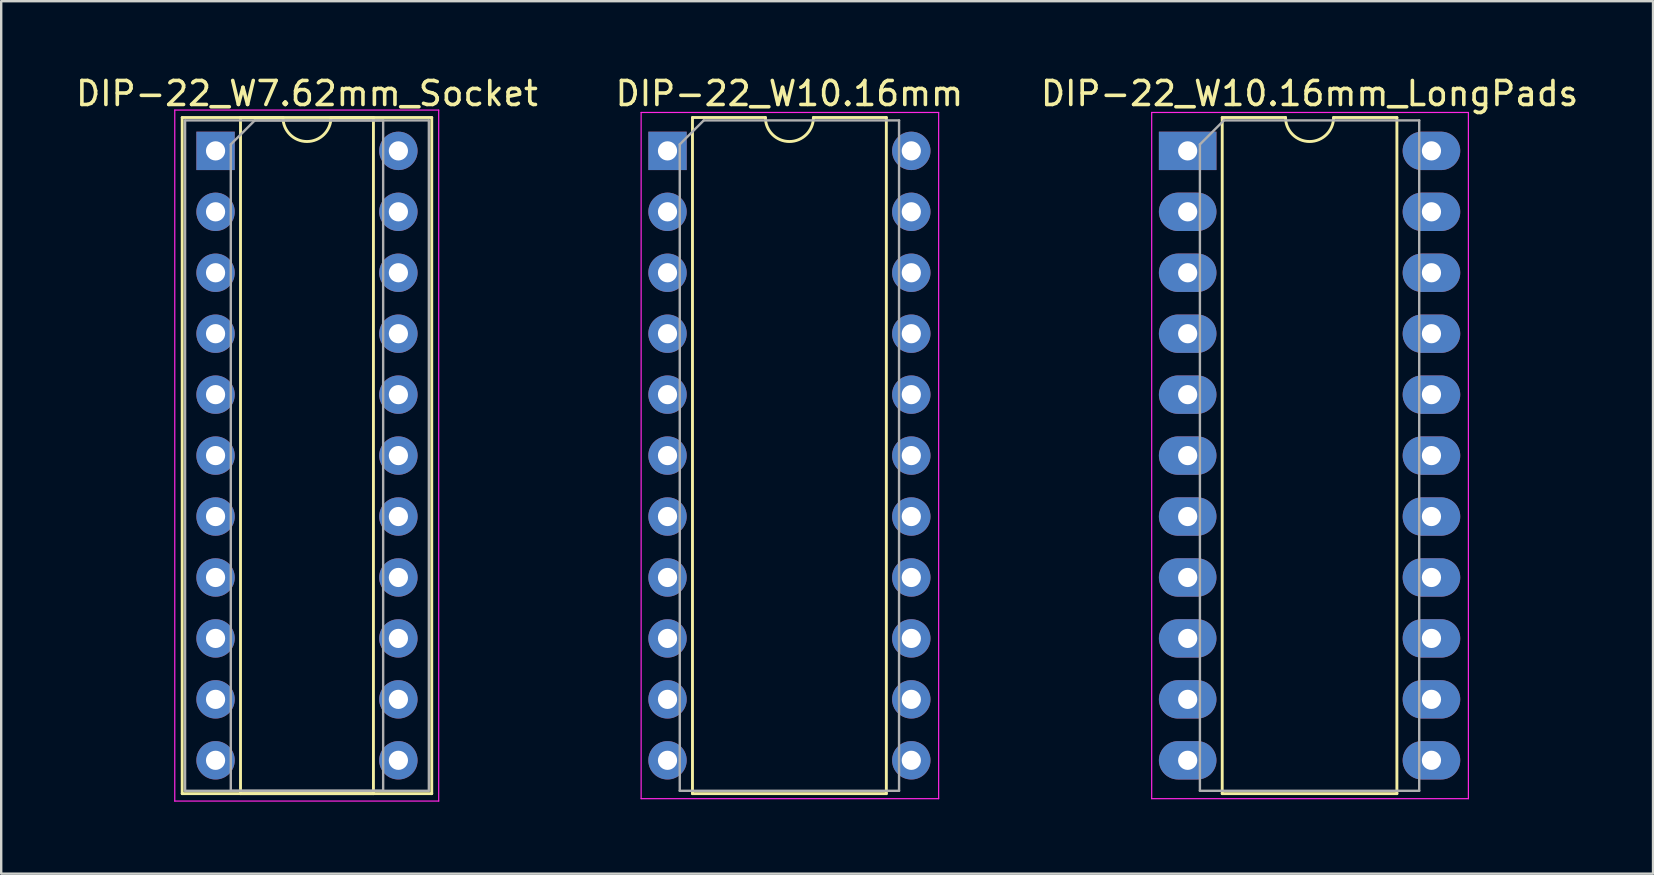
<source format=kicad_pcb>
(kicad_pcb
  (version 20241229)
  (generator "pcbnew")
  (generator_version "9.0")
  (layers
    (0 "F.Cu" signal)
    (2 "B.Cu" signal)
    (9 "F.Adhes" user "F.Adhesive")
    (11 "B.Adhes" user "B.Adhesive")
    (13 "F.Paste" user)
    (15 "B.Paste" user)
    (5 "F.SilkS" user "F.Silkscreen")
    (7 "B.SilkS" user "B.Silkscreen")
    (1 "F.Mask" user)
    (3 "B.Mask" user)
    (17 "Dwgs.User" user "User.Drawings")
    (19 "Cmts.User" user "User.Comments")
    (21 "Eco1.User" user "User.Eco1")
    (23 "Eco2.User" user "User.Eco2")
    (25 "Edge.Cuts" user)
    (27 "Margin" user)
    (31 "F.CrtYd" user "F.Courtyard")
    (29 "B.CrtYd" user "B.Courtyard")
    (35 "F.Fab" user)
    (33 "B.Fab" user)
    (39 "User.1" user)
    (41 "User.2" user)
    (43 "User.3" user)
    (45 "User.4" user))
  (footprint "DIP-22_W7.62mm_Socket"
    (layer "F.Cu")
    (at 5.934 3.238)
    (property "Reference" "DIP-22_W7.62mm_Socket" (at 3.81 -2.39 0) (layer "F.SilkS") (effects (font (size 1 1) (thickness 0.15))))
    (attr through_hole)
    (fp_line (start -1.39 -1.39) (end -1.39 26.79) (stroke (width 0.12) (type solid)) (layer "F.SilkS"))
    (fp_line (start -1.39 26.79) (end 9.01 26.79) (stroke (width 0.12) (type solid)) (layer "F.SilkS"))
    (fp_line (start 1.04 -1.39) (end 1.04 26.79) (stroke (width 0.12) (type solid)) (layer "F.SilkS"))
    (fp_line (start 1.04 26.79) (end 6.58 26.79) (stroke (width 0.12) (type solid)) (layer "F.SilkS"))
    (fp_line (start 2.81 -1.39) (end 1.04 -1.39) (stroke (width 0.12) (type solid)) (layer "F.SilkS"))
    (fp_line (start 6.58 -1.39) (end 4.81 -1.39) (stroke (width 0.12) (type solid)) (layer "F.SilkS"))
    (fp_line (start 6.58 26.79) (end 6.58 -1.39) (stroke (width 0.12) (type solid)) (layer "F.SilkS"))
    (fp_line (start 9.01 -1.39) (end -1.39 -1.39) (stroke (width 0.12) (type solid)) (layer "F.SilkS"))
    (fp_line (start 9.01 26.79) (end 9.01 -1.39) (stroke (width 0.12) (type solid)) (layer "F.SilkS"))
    (fp_arc (start 4.81 -1.39) (mid 3.81 -0.39) (end 2.81 -1.39) (stroke (width 0.12) (type solid)) (layer "F.SilkS"))
    (fp_line (start -1.7 -1.7) (end -1.7 27.1) (stroke (width 0.05) (type solid)) (layer "F.CrtYd"))
    (fp_line (start -1.7 27.1) (end 9.3 27.1) (stroke (width 0.05) (type solid)) (layer "F.CrtYd"))
    (fp_line (start 9.3 -1.7) (end -1.7 -1.7) (stroke (width 0.05) (type solid)) (layer "F.CrtYd"))
    (fp_line (start 9.3 27.1) (end 9.3 -1.7) (stroke (width 0.05) (type solid)) (layer "F.CrtYd"))
    (fp_line (start -1.27 -1.27) (end -1.27 26.67) (stroke (width 0.1) (type solid)) (layer "F.Fab"))
    (fp_line (start -1.27 26.67) (end 8.89 26.67) (stroke (width 0.1) (type solid)) (layer "F.Fab"))
    (fp_line (start 0.635 -0.27) (end 1.635 -1.27) (stroke (width 0.1) (type solid)) (layer "F.Fab"))
    (fp_line (start 0.635 26.67) (end 0.635 -0.27) (stroke (width 0.1) (type solid)) (layer "F.Fab"))
    (fp_line (start 1.635 -1.27) (end 6.985 -1.27) (stroke (width 0.1) (type solid)) (layer "F.Fab"))
    (fp_line (start 6.985 -1.27) (end 6.985 26.67) (stroke (width 0.1) (type solid)) (layer "F.Fab"))
    (fp_line (start 6.985 26.67) (end 0.635 26.67) (stroke (width 0.1) (type solid)) (layer "F.Fab"))
    (fp_line (start 8.89 -1.27) (end -1.27 -1.27) (stroke (width 0.1) (type solid)) (layer "F.Fab"))
    (fp_line (start 8.89 26.67) (end 8.89 -1.27) (stroke (width 0.1) (type solid)) (layer "F.Fab"))
    (pad "1" thru_hole rect (at 0 0) (size 1.6 1.6) (drill 0.8) (layers "*.Cu" "*.Mask"))
    (pad "2" thru_hole oval (at 0 2.54) (size 1.6 1.6) (drill 0.8) (layers "*.Cu" "*.Mask"))
    (pad "3" thru_hole oval (at 0 5.08) (size 1.6 1.6) (drill 0.8) (layers "*.Cu" "*.Mask"))
    (pad "4" thru_hole oval (at 0 7.62) (size 1.6 1.6) (drill 0.8) (layers "*.Cu" "*.Mask"))
    (pad "5" thru_hole oval (at 0 10.16) (size 1.6 1.6) (drill 0.8) (layers "*.Cu" "*.Mask"))
    (pad "6" thru_hole oval (at 0 12.7) (size 1.6 1.6) (drill 0.8) (layers "*.Cu" "*.Mask"))
    (pad "7" thru_hole oval (at 0 15.24) (size 1.6 1.6) (drill 0.8) (layers "*.Cu" "*.Mask"))
    (pad "8" thru_hole oval (at 0 17.78) (size 1.6 1.6) (drill 0.8) (layers "*.Cu" "*.Mask"))
    (pad "9" thru_hole oval (at 0 20.32) (size 1.6 1.6) (drill 0.8) (layers "*.Cu" "*.Mask"))
    (pad "10" thru_hole oval (at 0 22.86) (size 1.6 1.6) (drill 0.8) (layers "*.Cu" "*.Mask"))
    (pad "11" thru_hole oval (at 0 25.4) (size 1.6 1.6) (drill 0.8) (layers "*.Cu" "*.Mask"))
    (pad "12" thru_hole oval (at 7.62 25.4) (size 1.6 1.6) (drill 0.8) (layers "*.Cu" "*.Mask"))
    (pad "13" thru_hole oval (at 7.62 22.86) (size 1.6 1.6) (drill 0.8) (layers "*.Cu" "*.Mask"))
    (pad "14" thru_hole oval (at 7.62 20.32) (size 1.6 1.6) (drill 0.8) (layers "*.Cu" "*.Mask"))
    (pad "15" thru_hole oval (at 7.62 17.78) (size 1.6 1.6) (drill 0.8) (layers "*.Cu" "*.Mask"))
    (pad "16" thru_hole oval (at 7.62 15.24) (size 1.6 1.6) (drill 0.8) (layers "*.Cu" "*.Mask"))
    (pad "17" thru_hole oval (at 7.62 12.7) (size 1.6 1.6) (drill 0.8) (layers "*.Cu" "*.Mask"))
    (pad "18" thru_hole oval (at 7.62 10.16) (size 1.6 1.6) (drill 0.8) (layers "*.Cu" "*.Mask"))
    (pad "19" thru_hole oval (at 7.62 7.62) (size 1.6 1.6) (drill 0.8) (layers "*.Cu" "*.Mask"))
    (pad "20" thru_hole oval (at 7.62 5.08) (size 1.6 1.6) (drill 0.8) (layers "*.Cu" "*.Mask"))
    (pad "21" thru_hole oval (at 7.62 2.54) (size 1.6 1.6) (drill 0.8) (layers "*.Cu" "*.Mask"))
    (pad "22" thru_hole oval (at 7.62 0) (size 1.6 1.6) (drill 0.8) (layers "*.Cu" "*.Mask")))
  (footprint "DIP-22_W10.16mm"
    (layer "F.Cu")
    (at 24.771 3.238)
    (property "Reference" "DIP-22_W10.16mm" (at 5.08 -2.39 0) (layer "F.SilkS") (effects (font (size 1 1) (thickness 0.15))))
    (attr through_hole)
    (fp_line (start 1.04 -1.39) (end 1.04 26.79) (stroke (width 0.12) (type solid)) (layer "F.SilkS"))
    (fp_line (start 1.04 26.79) (end 9.12 26.79) (stroke (width 0.12) (type solid)) (layer "F.SilkS"))
    (fp_line (start 4.08 -1.39) (end 1.04 -1.39) (stroke (width 0.12) (type solid)) (layer "F.SilkS"))
    (fp_line (start 9.12 -1.39) (end 6.08 -1.39) (stroke (width 0.12) (type solid)) (layer "F.SilkS"))
    (fp_line (start 9.12 26.79) (end 9.12 -1.39) (stroke (width 0.12) (type solid)) (layer "F.SilkS"))
    (fp_arc (start 6.08 -1.39) (mid 5.08 -0.39) (end 4.08 -1.39) (stroke (width 0.12) (type solid)) (layer "F.SilkS"))
    (fp_line (start -1.1 -1.6) (end -1.1 27) (stroke (width 0.05) (type solid)) (layer "F.CrtYd"))
    (fp_line (start -1.1 27) (end 11.3 27) (stroke (width 0.05) (type solid)) (layer "F.CrtYd"))
    (fp_line (start 11.3 -1.6) (end -1.1 -1.6) (stroke (width 0.05) (type solid)) (layer "F.CrtYd"))
    (fp_line (start 11.3 27) (end 11.3 -1.6) (stroke (width 0.05) (type solid)) (layer "F.CrtYd"))
    (fp_line (start 0.51 -0.27) (end 1.51 -1.27) (stroke (width 0.1) (type solid)) (layer "F.Fab"))
    (fp_line (start 0.51 26.67) (end 0.51 -0.27) (stroke (width 0.1) (type solid)) (layer "F.Fab"))
    (fp_line (start 1.51 -1.27) (end 9.65 -1.27) (stroke (width 0.1) (type solid)) (layer "F.Fab"))
    (fp_line (start 9.65 -1.27) (end 9.65 26.67) (stroke (width 0.1) (type solid)) (layer "F.Fab"))
    (fp_line (start 9.65 26.67) (end 0.51 26.67) (stroke (width 0.1) (type solid)) (layer "F.Fab"))
    (pad "1" thru_hole rect (at 0 0) (size 1.6 1.6) (drill 0.8) (layers "*.Cu" "*.Mask"))
    (pad "2" thru_hole oval (at 0 2.54) (size 1.6 1.6) (drill 0.8) (layers "*.Cu" "*.Mask"))
    (pad "3" thru_hole oval (at 0 5.08) (size 1.6 1.6) (drill 0.8) (layers "*.Cu" "*.Mask"))
    (pad "4" thru_hole oval (at 0 7.62) (size 1.6 1.6) (drill 0.8) (layers "*.Cu" "*.Mask"))
    (pad "5" thru_hole oval (at 0 10.16) (size 1.6 1.6) (drill 0.8) (layers "*.Cu" "*.Mask"))
    (pad "6" thru_hole oval (at 0 12.7) (size 1.6 1.6) (drill 0.8) (layers "*.Cu" "*.Mask"))
    (pad "7" thru_hole oval (at 0 15.24) (size 1.6 1.6) (drill 0.8) (layers "*.Cu" "*.Mask"))
    (pad "8" thru_hole oval (at 0 17.78) (size 1.6 1.6) (drill 0.8) (layers "*.Cu" "*.Mask"))
    (pad "9" thru_hole oval (at 0 20.32) (size 1.6 1.6) (drill 0.8) (layers "*.Cu" "*.Mask"))
    (pad "10" thru_hole oval (at 0 22.86) (size 1.6 1.6) (drill 0.8) (layers "*.Cu" "*.Mask"))
    (pad "11" thru_hole oval (at 0 25.4) (size 1.6 1.6) (drill 0.8) (layers "*.Cu" "*.Mask"))
    (pad "12" thru_hole oval (at 10.16 25.4) (size 1.6 1.6) (drill 0.8) (layers "*.Cu" "*.Mask"))
    (pad "13" thru_hole oval (at 10.16 22.86) (size 1.6 1.6) (drill 0.8) (layers "*.Cu" "*.Mask"))
    (pad "14" thru_hole oval (at 10.16 20.32) (size 1.6 1.6) (drill 0.8) (layers "*.Cu" "*.Mask"))
    (pad "15" thru_hole oval (at 10.16 17.78) (size 1.6 1.6) (drill 0.8) (layers "*.Cu" "*.Mask"))
    (pad "16" thru_hole oval (at 10.16 15.24) (size 1.6 1.6) (drill 0.8) (layers "*.Cu" "*.Mask"))
    (pad "17" thru_hole oval (at 10.16 12.7) (size 1.6 1.6) (drill 0.8) (layers "*.Cu" "*.Mask"))
    (pad "18" thru_hole oval (at 10.16 10.16) (size 1.6 1.6) (drill 0.8) (layers "*.Cu" "*.Mask"))
    (pad "19" thru_hole oval (at 10.16 7.62) (size 1.6 1.6) (drill 0.8) (layers "*.Cu" "*.Mask"))
    (pad "20" thru_hole oval (at 10.16 5.08) (size 1.6 1.6) (drill 0.8) (layers "*.Cu" "*.Mask"))
    (pad "21" thru_hole oval (at 10.16 2.54) (size 1.6 1.6) (drill 0.8) (layers "*.Cu" "*.Mask"))
    (pad "22" thru_hole oval (at 10.16 0) (size 1.6 1.6) (drill 0.8) (layers "*.Cu" "*.Mask")))
  (footprint "DIP-22_W10.16mm_LongPads"
    (layer "F.Cu")
    (at 46.45 3.238)
    (property "Reference" "DIP-22_W10.16mm_LongPads" (at 5.08 -2.39 0) (layer "F.SilkS") (effects (font (size 1 1) (thickness 0.15))))
    (attr through_hole)
    (fp_line (start 1.44 -1.39) (end 1.44 26.79) (stroke (width 0.12) (type solid)) (layer "F.SilkS"))
    (fp_line (start 1.44 26.79) (end 8.72 26.79) (stroke (width 0.12) (type solid)) (layer "F.SilkS"))
    (fp_line (start 4.08 -1.39) (end 1.44 -1.39) (stroke (width 0.12) (type solid)) (layer "F.SilkS"))
    (fp_line (start 8.72 -1.39) (end 6.08 -1.39) (stroke (width 0.12) (type solid)) (layer "F.SilkS"))
    (fp_line (start 8.72 26.79) (end 8.72 -1.39) (stroke (width 0.12) (type solid)) (layer "F.SilkS"))
    (fp_arc (start 6.08 -1.39) (mid 5.08 -0.39) (end 4.08 -1.39) (stroke (width 0.12) (type solid)) (layer "F.SilkS"))
    (fp_line (start -1.5 -1.6) (end -1.5 27) (stroke (width 0.05) (type solid)) (layer "F.CrtYd"))
    (fp_line (start -1.5 27) (end 11.7 27) (stroke (width 0.05) (type solid)) (layer "F.CrtYd"))
    (fp_line (start 11.7 -1.6) (end -1.5 -1.6) (stroke (width 0.05) (type solid)) (layer "F.CrtYd"))
    (fp_line (start 11.7 27) (end 11.7 -1.6) (stroke (width 0.05) (type solid)) (layer "F.CrtYd"))
    (fp_line (start 0.51 -0.27) (end 1.51 -1.27) (stroke (width 0.1) (type solid)) (layer "F.Fab"))
    (fp_line (start 0.51 26.67) (end 0.51 -0.27) (stroke (width 0.1) (type solid)) (layer "F.Fab"))
    (fp_line (start 1.51 -1.27) (end 9.65 -1.27) (stroke (width 0.1) (type solid)) (layer "F.Fab"))
    (fp_line (start 9.65 -1.27) (end 9.65 26.67) (stroke (width 0.1) (type solid)) (layer "F.Fab"))
    (fp_line (start 9.65 26.67) (end 0.51 26.67) (stroke (width 0.1) (type solid)) (layer "F.Fab"))
    (pad "1" thru_hole rect (at 0 0) (size 2.4 1.6) (drill 0.8) (layers "*.Cu" "*.Mask"))
    (pad "2" thru_hole oval (at 0 2.54) (size 2.4 1.6) (drill 0.8) (layers "*.Cu" "*.Mask"))
    (pad "3" thru_hole oval (at 0 5.08) (size 2.4 1.6) (drill 0.8) (layers "*.Cu" "*.Mask"))
    (pad "4" thru_hole oval (at 0 7.62) (size 2.4 1.6) (drill 0.8) (layers "*.Cu" "*.Mask"))
    (pad "5" thru_hole oval (at 0 10.16) (size 2.4 1.6) (drill 0.8) (layers "*.Cu" "*.Mask"))
    (pad "6" thru_hole oval (at 0 12.7) (size 2.4 1.6) (drill 0.8) (layers "*.Cu" "*.Mask"))
    (pad "7" thru_hole oval (at 0 15.24) (size 2.4 1.6) (drill 0.8) (layers "*.Cu" "*.Mask"))
    (pad "8" thru_hole oval (at 0 17.78) (size 2.4 1.6) (drill 0.8) (layers "*.Cu" "*.Mask"))
    (pad "9" thru_hole oval (at 0 20.32) (size 2.4 1.6) (drill 0.8) (layers "*.Cu" "*.Mask"))
    (pad "10" thru_hole oval (at 0 22.86) (size 2.4 1.6) (drill 0.8) (layers "*.Cu" "*.Mask"))
    (pad "11" thru_hole oval (at 0 25.4) (size 2.4 1.6) (drill 0.8) (layers "*.Cu" "*.Mask"))
    (pad "12" thru_hole oval (at 10.16 25.4) (size 2.4 1.6) (drill 0.8) (layers "*.Cu" "*.Mask"))
    (pad "13" thru_hole oval (at 10.16 22.86) (size 2.4 1.6) (drill 0.8) (layers "*.Cu" "*.Mask"))
    (pad "14" thru_hole oval (at 10.16 20.32) (size 2.4 1.6) (drill 0.8) (layers "*.Cu" "*.Mask"))
    (pad "15" thru_hole oval (at 10.16 17.78) (size 2.4 1.6) (drill 0.8) (layers "*.Cu" "*.Mask"))
    (pad "16" thru_hole oval (at 10.16 15.24) (size 2.4 1.6) (drill 0.8) (layers "*.Cu" "*.Mask"))
    (pad "17" thru_hole oval (at 10.16 12.7) (size 2.4 1.6) (drill 0.8) (layers "*.Cu" "*.Mask"))
    (pad "18" thru_hole oval (at 10.16 10.16) (size 2.4 1.6) (drill 0.8) (layers "*.Cu" "*.Mask"))
    (pad "19" thru_hole oval (at 10.16 7.62) (size 2.4 1.6) (drill 0.8) (layers "*.Cu" "*.Mask"))
    (pad "20" thru_hole oval (at 10.16 5.08) (size 2.4 1.6) (drill 0.8) (layers "*.Cu" "*.Mask"))
    (pad "21" thru_hole oval (at 10.16 2.54) (size 2.4 1.6) (drill 0.8) (layers "*.Cu" "*.Mask"))
    (pad "22" thru_hole oval (at 10.16 0) (size 2.4 1.6) (drill 0.8) (layers "*.Cu" "*.Mask")))
  (gr_rect
    (start -3 -3)
    (end 65.845 33.363)
    (stroke (width 0.1) (type default))
    (fill no)
    (layer "Edge.Cuts")))
</source>
